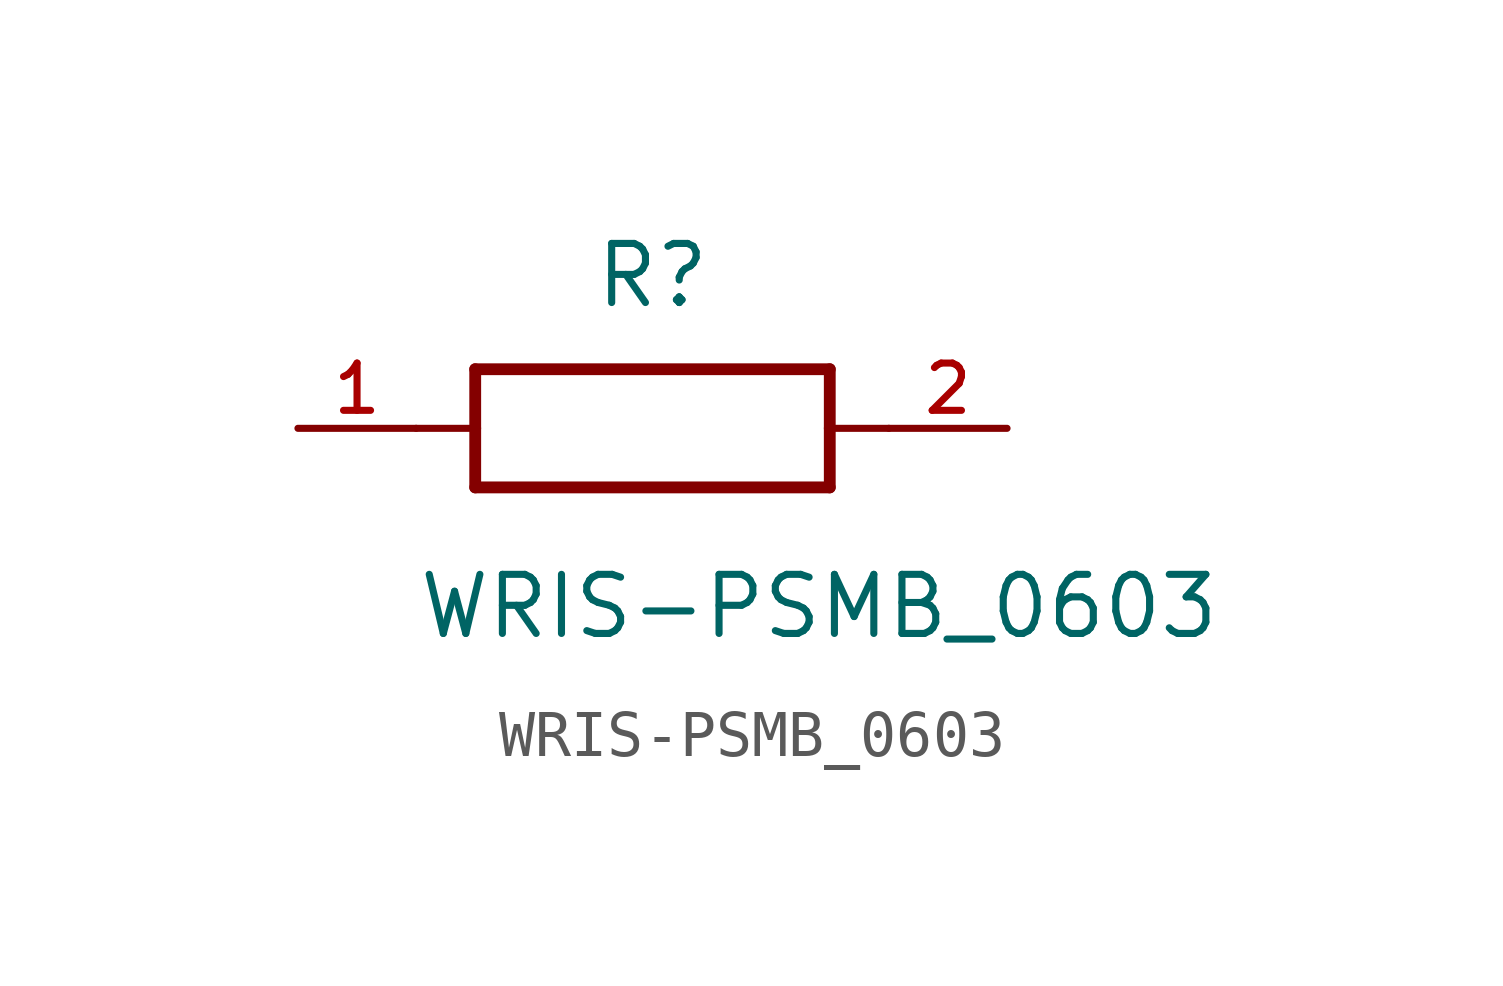
<source format=kicad_sym>
(kicad_symbol_lib
  (version 20211014)
  (generator kicad_symbol_editor)
  (symbol "WRIS-PSMB_0603"
    (pin_names
      (offset 1.016))
    (property "Reference" "R"
      (at 0.0 2.54 0)
      (effects (font (size 1.27 1.27)) (justify bottom)))
    (property "Value" "WRIS-PSMB_0603"
      (at -5.08 -4.572 0)
      (effects (font (size 1.27 1.27)) (justify bottom left)))
    (symbol "WRIS-PSMB_0603_0_0"
      (polyline (pts (xy -3.81 1.27) (xy -3.81 0.0)) (stroke (width 0.254)))
      (polyline (pts (xy -3.81 0.0) (xy -3.81 -1.27)) (stroke (width 0.254)))
      (polyline (pts (xy -3.81 -1.27) (xy 3.81 -1.27)) (stroke (width 0.254)))
      (polyline (pts (xy 3.81 -1.27) (xy 3.81 0.0)) (stroke (width 0.254)))
      (polyline (pts (xy 3.81 0.0) (xy 3.81 1.27)) (stroke (width 0.254)))
      (polyline (pts (xy 3.81 1.27) (xy -3.81 1.27)) (stroke (width 0.254)))
      (polyline (pts (xy -5.08 0.0) (xy -3.81 0.0)) (stroke (width 0.152)))
      (polyline (pts (xy 3.81 0.0) (xy 5.08 0.0)) (stroke (width 0.152)))
      (pin passive line (at -7.62 0.0 0) (length 2.54) (name "~" (effects (font (size 1.016 1.016)))) (number "1" (effects (font (size 1.016 1.016)))))
      (pin passive line (at 7.62 0.0 180.0) (length 2.54) (name "~" (effects (font (size 1.016 1.016)))) (number "2" (effects (font (size 1.016 1.016))))))))
</source>
